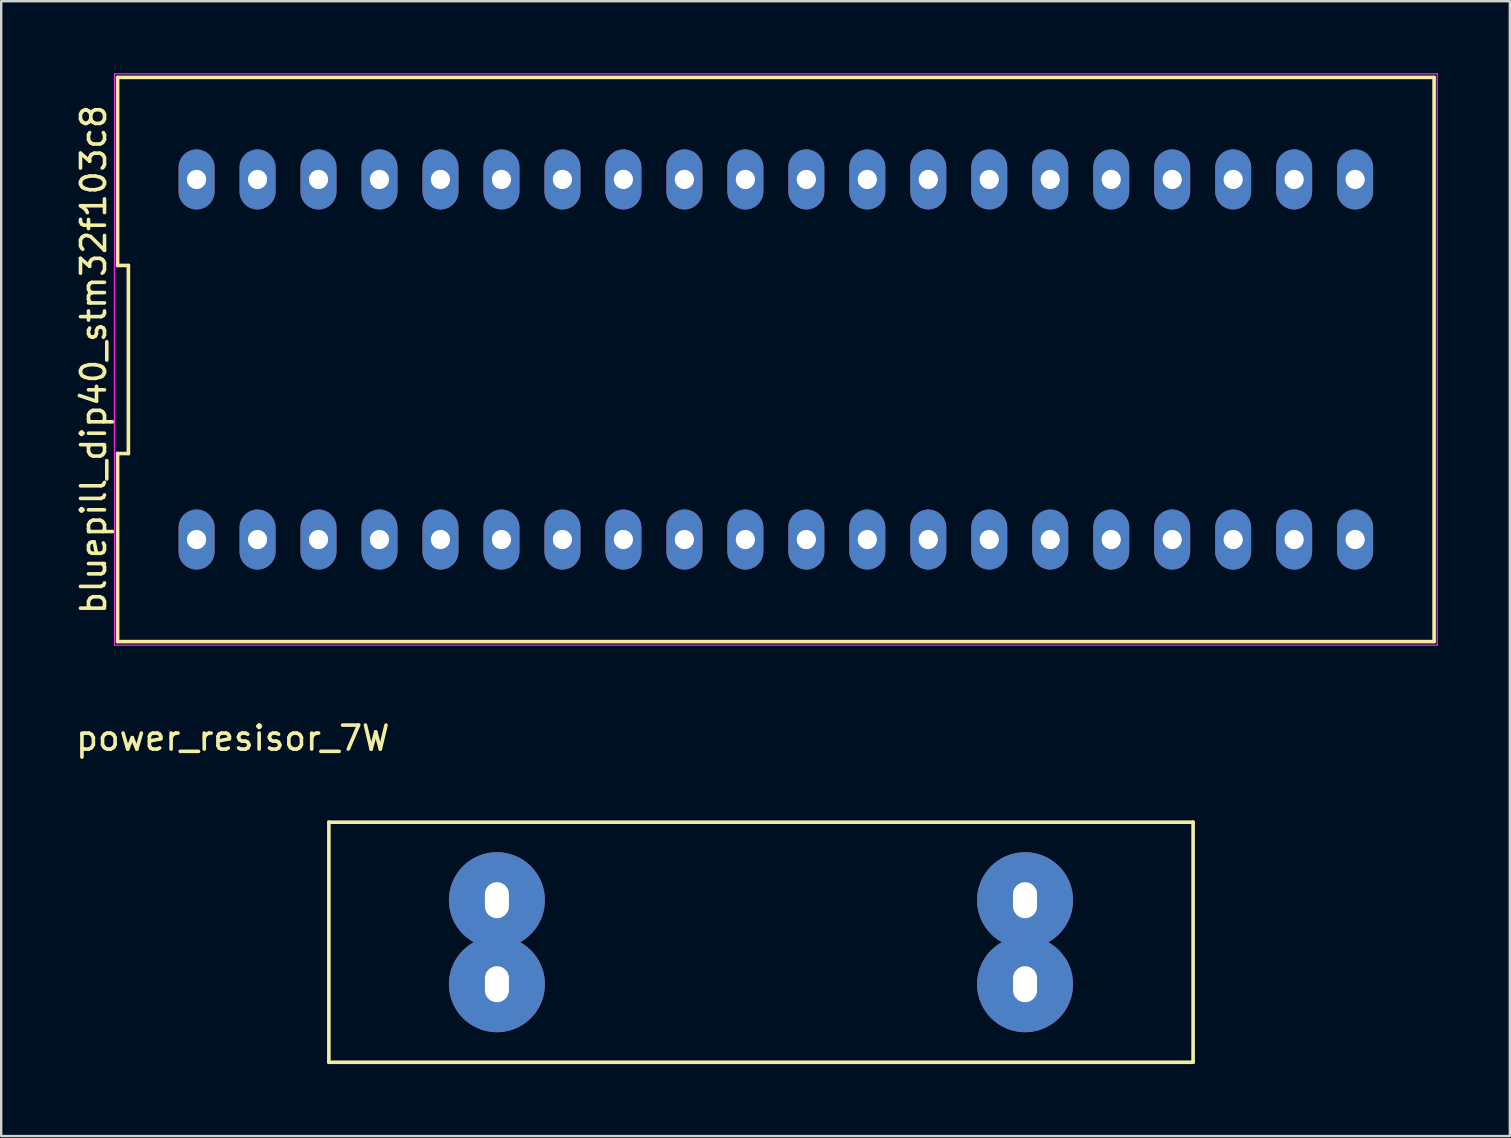
<source format=kicad_pcb>
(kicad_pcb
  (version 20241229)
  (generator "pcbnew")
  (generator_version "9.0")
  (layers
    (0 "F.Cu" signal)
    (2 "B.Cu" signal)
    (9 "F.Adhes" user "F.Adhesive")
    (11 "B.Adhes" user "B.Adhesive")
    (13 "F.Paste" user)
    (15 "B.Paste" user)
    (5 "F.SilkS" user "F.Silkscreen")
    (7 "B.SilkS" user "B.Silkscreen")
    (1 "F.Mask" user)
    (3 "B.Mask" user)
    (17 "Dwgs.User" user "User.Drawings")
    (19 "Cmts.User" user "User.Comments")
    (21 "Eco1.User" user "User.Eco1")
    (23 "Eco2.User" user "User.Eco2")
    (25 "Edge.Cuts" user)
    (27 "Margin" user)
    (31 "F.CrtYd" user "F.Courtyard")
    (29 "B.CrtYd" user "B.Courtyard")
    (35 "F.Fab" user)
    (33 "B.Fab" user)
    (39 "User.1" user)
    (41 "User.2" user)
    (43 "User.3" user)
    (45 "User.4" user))
  (footprint "power_resisor_7W"
    (layer "F.Cu")
    (at 10.649 31.198)
    (property "Reference" "power_resisor_7W" (at -4 -3.5 0) (layer "F.SilkS") (effects (font (size 1 1) (thickness 0.15))))
    (attr through_hole)
    (fp_line (start 0 0) (end 36 0) (stroke (width 0.15) (type solid)) (layer "F.SilkS"))
    (fp_line (start 0 10) (end 0 0) (stroke (width 0.15) (type solid)) (layer "F.SilkS"))
    (fp_line (start 36 0) (end 36 10) (stroke (width 0.15) (type solid)) (layer "F.SilkS"))
    (fp_line (start 36 10) (end 0 10) (stroke (width 0.15) (type solid)) (layer "F.SilkS"))
    (pad "1" thru_hole circle (at 7 3.25) (size 4 4) (drill oval 1 1.5) (layers "*.Cu" "*.Mask"))
    (pad "1" thru_hole circle (at 7 6.75) (size 4 4) (drill oval 1 1.5) (layers "*.Cu" "*.Mask"))
    (pad "2" thru_hole circle (at 29 3.25) (size 4 4) (drill oval 1 1.5) (layers "*.Cu" "*.Mask"))
    (pad "2" thru_hole circle (at 29 6.75) (size 4 4) (drill oval 1 1.5) (layers "*.Cu" "*.Mask")))
  (footprint "bluepill_dip40_stm32f103c8"
    (layer "F.Cu")
    (at 29.268 11.925)
    (property "Reference" "bluepill_dip40_stm32f103c8" (at -28.42 0 90) (layer "F.SilkS") (effects (font (size 1 1) (thickness 0.15))))
    (attr through_hole)
    (fp_line (start -27.42 -11.75) (end -27.42 -3.917) (stroke (width 0.15) (type solid)) (layer "F.SilkS"))
    (fp_line (start -27.42 -3.917) (end -26.97 -3.917) (stroke (width 0.15) (type solid)) (layer "F.SilkS"))
    (fp_line (start -27.42 3.917) (end -27.42 11.75) (stroke (width 0.15) (type solid)) (layer "F.SilkS"))
    (fp_line (start -27.42 11.75) (end 27.42 11.75) (stroke (width 0.15) (type solid)) (layer "F.SilkS"))
    (fp_line (start -26.97 -3.917) (end -26.97 3.917) (stroke (width 0.15) (type solid)) (layer "F.SilkS"))
    (fp_line (start -26.97 3.917) (end -27.42 3.917) (stroke (width 0.15) (type solid)) (layer "F.SilkS"))
    (fp_line (start 27.42 -11.75) (end -27.42 -11.75) (stroke (width 0.15) (type solid)) (layer "F.SilkS"))
    (fp_line (start 27.42 11.75) (end 27.42 -11.75) (stroke (width 0.15) (type solid)) (layer "F.SilkS"))
    (fp_line (start -27.55 -11.9) (end 27.55 -11.9) (stroke (width 0.05) (type solid)) (layer "F.CrtYd"))
    (fp_line (start -27.55 11.9) (end -27.55 -11.9) (stroke (width 0.05) (type solid)) (layer "F.CrtYd"))
    (fp_line (start 27.55 -11.9) (end 27.55 11.9) (stroke (width 0.05) (type solid)) (layer "F.CrtYd"))
    (fp_line (start 27.55 11.9) (end -27.55 11.9) (stroke (width 0.05) (type solid)) (layer "F.CrtYd"))
    (pad "1" thru_hole oval (at -24.13 7.5) (size 1.5 2.5) (drill 0.8) (layers "*.Cu" "*.Mask"))
    (pad "2" thru_hole oval (at -21.59 7.5) (size 1.5 2.5) (drill 0.8) (layers "*.Cu" "*.Mask"))
    (pad "3" thru_hole oval (at -19.05 7.5) (size 1.5 2.5) (drill 0.8) (layers "*.Cu" "*.Mask"))
    (pad "4" thru_hole oval (at -16.51 7.5) (size 1.5 2.5) (drill 0.8) (layers "*.Cu" "*.Mask"))
    (pad "5" thru_hole oval (at -13.97 7.5) (size 1.5 2.5) (drill 0.8) (layers "*.Cu" "*.Mask"))
    (pad "6" thru_hole oval (at -11.43 7.5) (size 1.5 2.5) (drill 0.8) (layers "*.Cu" "*.Mask"))
    (pad "7" thru_hole oval (at -8.89 7.5) (size 1.5 2.5) (drill 0.8) (layers "*.Cu" "*.Mask"))
    (pad "8" thru_hole oval (at -6.35 7.5) (size 1.5 2.5) (drill 0.8) (layers "*.Cu" "*.Mask"))
    (pad "9" thru_hole oval (at -3.81 7.5) (size 1.5 2.5) (drill 0.8) (layers "*.Cu" "*.Mask"))
    (pad "10" thru_hole oval (at -1.27 7.5) (size 1.5 2.5) (drill 0.8) (layers "*.Cu" "*.Mask"))
    (pad "11" thru_hole oval (at 1.27 7.5) (size 1.5 2.5) (drill 0.8) (layers "*.Cu" "*.Mask"))
    (pad "12" thru_hole oval (at 3.81 7.5) (size 1.5 2.5) (drill 0.8) (layers "*.Cu" "*.Mask"))
    (pad "13" thru_hole oval (at 6.35 7.5) (size 1.5 2.5) (drill 0.8) (layers "*.Cu" "*.Mask"))
    (pad "14" thru_hole oval (at 8.89 7.5) (size 1.5 2.5) (drill 0.8) (layers "*.Cu" "*.Mask"))
    (pad "15" thru_hole oval (at 11.43 7.5) (size 1.5 2.5) (drill 0.8) (layers "*.Cu" "*.Mask"))
    (pad "16" thru_hole oval (at 13.97 7.5) (size 1.5 2.5) (drill 0.8) (layers "*.Cu" "*.Mask"))
    (pad "17" thru_hole oval (at 16.51 7.5) (size 1.5 2.5) (drill 0.8) (layers "*.Cu" "*.Mask"))
    (pad "18" thru_hole oval (at 19.05 7.5) (size 1.5 2.5) (drill 0.8) (layers "*.Cu" "*.Mask"))
    (pad "19" thru_hole oval (at 21.59 7.5) (size 1.5 2.5) (drill 0.8) (layers "*.Cu" "*.Mask"))
    (pad "20" thru_hole oval (at 24.13 7.5) (size 1.5 2.5) (drill 0.8) (layers "*.Cu" "*.Mask"))
    (pad "21" thru_hole oval (at 24.13 -7.5) (size 1.5 2.5) (drill 0.8) (layers "*.Cu" "*.Mask"))
    (pad "22" thru_hole oval (at 21.59 -7.5) (size 1.5 2.5) (drill 0.8) (layers "*.Cu" "*.Mask"))
    (pad "23" thru_hole oval (at 19.05 -7.5) (size 1.5 2.5) (drill 0.8) (layers "*.Cu" "*.Mask"))
    (pad "24" thru_hole oval (at 16.51 -7.5) (size 1.5 2.5) (drill 0.8) (layers "*.Cu" "*.Mask"))
    (pad "25" thru_hole oval (at 13.97 -7.5) (size 1.5 2.5) (drill 0.8) (layers "*.Cu" "*.Mask"))
    (pad "26" thru_hole oval (at 11.43 -7.5) (size 1.5 2.5) (drill 0.8) (layers "*.Cu" "*.Mask"))
    (pad "27" thru_hole oval (at 8.89 -7.5) (size 1.5 2.5) (drill 0.8) (layers "*.Cu" "*.Mask"))
    (pad "28" thru_hole oval (at 6.35 -7.5) (size 1.5 2.5) (drill 0.8) (layers "*.Cu" "*.Mask"))
    (pad "29" thru_hole oval (at 3.81 -7.5) (size 1.5 2.5) (drill 0.8) (layers "*.Cu" "*.Mask"))
    (pad "30" thru_hole oval (at 1.27 -7.5) (size 1.5 2.5) (drill 0.8) (layers "*.Cu" "*.Mask"))
    (pad "31" thru_hole oval (at -1.27 -7.5) (size 1.5 2.5) (drill 0.8) (layers "*.Cu" "*.Mask"))
    (pad "32" thru_hole oval (at -3.81 -7.5) (size 1.5 2.5) (drill 0.8) (layers "*.Cu" "*.Mask"))
    (pad "33" thru_hole oval (at -6.35 -7.5) (size 1.5 2.5) (drill 0.8) (layers "*.Cu" "*.Mask"))
    (pad "34" thru_hole oval (at -8.89 -7.5) (size 1.5 2.5) (drill 0.8) (layers "*.Cu" "*.Mask"))
    (pad "35" thru_hole oval (at -11.43 -7.5) (size 1.5 2.5) (drill 0.8) (layers "*.Cu" "*.Mask"))
    (pad "36" thru_hole oval (at -13.97 -7.5) (size 1.5 2.5) (drill 0.8) (layers "*.Cu" "*.Mask"))
    (pad "37" thru_hole oval (at -16.51 -7.5) (size 1.5 2.5) (drill 0.8) (layers "*.Cu" "*.Mask"))
    (pad "38" thru_hole oval (at -19.05 -7.5) (size 1.5 2.5) (drill 0.8) (layers "*.Cu" "*.Mask"))
    (pad "39" thru_hole oval (at -21.59 -7.5) (size 1.5 2.5) (drill 0.8) (layers "*.Cu" "*.Mask"))
    (pad "40" thru_hole oval (at -24.13 -7.5) (size 1.5 2.5) (drill 0.8) (layers "*.Cu" "*.Mask")))
  (gr_rect
    (start -3 -3)
    (end 59.843 44.273)
    (stroke (width 0.1) (type default))
    (fill no)
    (layer "Edge.Cuts")))
</source>
